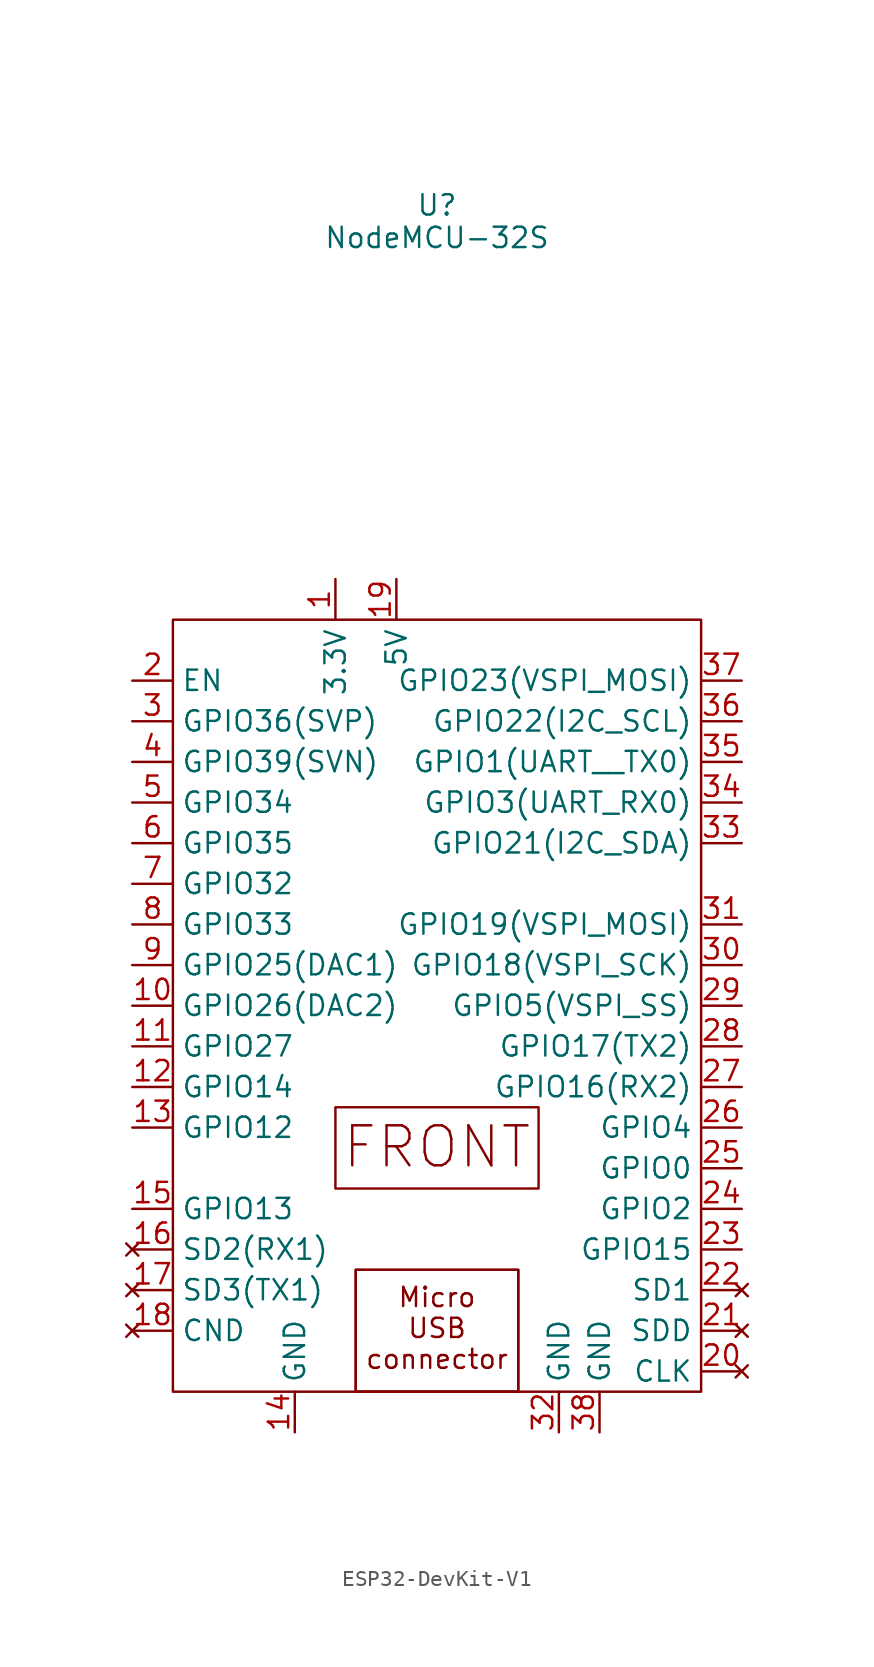
<source format=kicad_sym>
(kicad_symbol_lib
  (version 20241209)
  (generator "kicad_symbol_editor")
  (generator_version "9.0")
  (symbol "ESP32-DevKit-V1"
    (property "Reference" "U"
      (at 0 50.038 0)
      (effects (font (size 1.27 1.27))))
    (property "Value" "NodeMCU-32S"
      (at 0 48.006 0)
      (effects (font (size 1.27 1.27))))
    (symbol "ESP32-DevKit-V1_0_1"
      (rectangle (start -5.08 -16.51) (end 5.08 -24.13) (stroke (width 0) (type solid)) (fill (type none))))
    (symbol "ESP32-DevKit-V1_1_1"
      (rectangle (start -16.51 24.13) (end 16.51 -24.13) (stroke (width 0) (type solid)) (fill (type none)))
      (text_box "FRONT" (at -6.35 -6.35 0) (size 12.7 -5.08) (margins 1.016 1.016 1.016 1.016) (stroke (width 0) (type solid)) (fill (type none)) (effects (font (size 2.5 2.5)) (justify top)))
      (text_box "Micro USB connector\n" (at -5.08 -16.51 0) (size 10.16 -7.62) (margins 1.016 1.016 1.016 1.016) (stroke (width 0) (type solid)) (fill (type none)) (effects (font (size 1.2 1.2)) (justify top)))
      (pin input line (at -19.05 20.32 0) (length 2.54) (name "EN" (effects (font (size 1.27 1.27)))) (number "2" (effects (font (size 1.27 1.27)))))
      (pin input line (at -19.05 17.78 0) (length 2.54) (name "GPIO36(SVP)" (effects (font (size 1.27 1.27)))) (number "3" (effects (font (size 1.27 1.27)))))
      (pin input line (at -19.05 15.24 0) (length 2.54) (name "GPIO39(SVN)" (effects (font (size 1.27 1.27)))) (number "4" (effects (font (size 1.27 1.27)))))
      (pin input line (at -19.05 12.7 0) (length 2.54) (name "GPIO34" (effects (font (size 1.27 1.27)))) (number "5" (effects (font (size 1.27 1.27)))))
      (pin input line (at -19.05 10.16 0) (length 2.54) (name "GPIO35" (effects (font (size 1.27 1.27)))) (number "6" (effects (font (size 1.27 1.27)))))
      (pin bidirectional line (at -19.05 7.62 0) (length 2.54) (name "GPIO32" (effects (font (size 1.27 1.27)))) (number "7" (effects (font (size 1.27 1.27)))))
      (pin bidirectional line (at -19.05 5.08 0) (length 2.54) (name "GPIO33" (effects (font (size 1.27 1.27)))) (number "8" (effects (font (size 1.27 1.27)))))
      (pin bidirectional line (at -19.05 2.54 0) (length 2.54) (name "GPIO25(DAC1)" (effects (font (size 1.27 1.27)))) (number "9" (effects (font (size 1.27 1.27)))))
      (pin bidirectional line (at -19.05 0 0) (length 2.54) (name "GPIO26(DAC2)" (effects (font (size 1.27 1.27)))) (number "10" (effects (font (size 1.27 1.27)))))
      (pin bidirectional line (at -19.05 -2.54 0) (length 2.54) (name "GPIO27" (effects (font (size 1.27 1.27)))) (number "11" (effects (font (size 1.27 1.27)))))
      (pin bidirectional line (at -19.05 -5.08 0) (length 2.54) (name "GPIO14" (effects (font (size 1.27 1.27)))) (number "12" (effects (font (size 1.27 1.27)))))
      (pin bidirectional line (at -19.05 -7.62 0) (length 2.54) (name "GPIO12" (effects (font (size 1.27 1.27)))) (number "13" (effects (font (size 1.27 1.27)))))
      (pin bidirectional line (at -19.05 -12.7 0) (length 2.54) (name "GPIO13" (effects (font (size 1.27 1.27)))) (number "15" (effects (font (size 1.27 1.27)))))
      (pin no_connect line (at -19.05 -15.24 0) (length 2.54) (name "SD2(RX1)" (effects (font (size 1.27 1.27)))) (number "16" (effects (font (size 1.27 1.27)))))
      (pin no_connect line (at -19.05 -17.78 0) (length 2.54) (name "SD3(TX1)" (effects (font (size 1.27 1.27)))) (number "17" (effects (font (size 1.27 1.27)))))
      (pin no_connect line (at -19.05 -20.32 0) (length 2.54) (name "CND" (effects (font (size 1.27 1.27)))) (number "18" (effects (font (size 1.27 1.27)))))
      (pin power_in line (at -8.89 -26.67 90) (length 2.54) (name "GND" (effects (font (size 1.27 1.27)))) (number "14" (effects (font (size 1.27 1.27)))))
      (pin power_in line (at -6.35 26.67 270) (length 2.54) (name "3.3V" (effects (font (size 1.27 1.27)))) (number "1" (effects (font (size 1.27 1.27)))))
      (pin power_in line (at -2.54 26.67 270) (length 2.54) (name "5V" (effects (font (size 1.27 1.27)))) (number "19" (effects (font (size 1.27 1.27)))))
      (pin power_in line (at 7.62 -26.67 90) (length 2.54) (name "GND" (effects (font (size 1.27 1.27)))) (number "32" (effects (font (size 1.27 1.27)))))
      (pin power_in line (at 10.16 -26.67 90) (length 2.54) (name "GND" (effects (font (size 1.27 1.27)))) (number "38" (effects (font (size 1.27 1.27)))))
      (pin bidirectional line (at 19.05 20.32 180) (length 2.54) (name "GPIO23(VSPI_MOSI)" (effects (font (size 1.27 1.27)))) (number "37" (effects (font (size 1.27 1.27)))))
      (pin bidirectional line (at 19.05 17.78 180) (length 2.54) (name "GPIO22(I2C_SCL)" (effects (font (size 1.27 1.27)))) (number "36" (effects (font (size 1.27 1.27)))))
      (pin output line (at 19.05 15.24 180) (length 2.54) (name "GPIO1(UART__TX0)" (effects (font (size 1.27 1.27)))) (number "35" (effects (font (size 1.27 1.27)))))
      (pin input line (at 19.05 12.7 180) (length 2.54) (name "GPIO3(UART_RX0)" (effects (font (size 1.27 1.27)))) (number "34" (effects (font (size 1.27 1.27)))))
      (pin bidirectional line (at 19.05 10.16 180) (length 2.54) (name "GPIO21(I2C_SDA)" (effects (font (size 1.27 1.27)))) (number "33" (effects (font (size 1.27 1.27)))))
      (pin bidirectional line (at 19.05 5.08 180) (length 2.54) (name "GPIO19(VSPI_MOSI)" (effects (font (size 1.27 1.27)))) (number "31" (effects (font (size 1.27 1.27)))))
      (pin bidirectional line (at 19.05 2.54 180) (length 2.54) (name "GPIO18(VSPI_SCK)" (effects (font (size 1.27 1.27)))) (number "30" (effects (font (size 1.27 1.27)))))
      (pin bidirectional line (at 19.05 0 180) (length 2.54) (name "GPIO5(VSPI_SS)" (effects (font (size 1.27 1.27)))) (number "29" (effects (font (size 1.27 1.27)))))
      (pin bidirectional line (at 19.05 -2.54 180) (length 2.54) (name "GPIO17(TX2)" (effects (font (size 1.27 1.27)))) (number "28" (effects (font (size 1.27 1.27)))))
      (pin bidirectional line (at 19.05 -5.08 180) (length 2.54) (name "GPIO16(RX2)" (effects (font (size 1.27 1.27)))) (number "27" (effects (font (size 1.27 1.27)))))
      (pin bidirectional line (at 19.05 -7.62 180) (length 2.54) (name "GPIO4" (effects (font (size 1.27 1.27)))) (number "26" (effects (font (size 1.27 1.27)))))
      (pin bidirectional line (at 19.05 -10.16 180) (length 2.54) (name "GPIO0" (effects (font (size 1.27 1.27)))) (number "25" (effects (font (size 1.27 1.27)))))
      (pin bidirectional line (at 19.05 -12.7 180) (length 2.54) (name "GPIO2" (effects (font (size 1.27 1.27)))) (number "24" (effects (font (size 1.27 1.27)))))
      (pin bidirectional line (at 19.05 -15.24 180) (length 2.54) (name "GPIO15" (effects (font (size 1.27 1.27)))) (number "23" (effects (font (size 1.27 1.27)))))
      (pin no_connect line (at 19.05 -17.78 180) (length 2.54) (name "SD1" (effects (font (size 1.27 1.27)))) (number "22" (effects (font (size 1.27 1.27)))))
      (pin no_connect line (at 19.05 -20.32 180) (length 2.54) (name "SDD" (effects (font (size 1.27 1.27)))) (number "21" (effects (font (size 1.27 1.27)))))
      (pin no_connect line (at 19.05 -22.86 180) (length 2.54) (name "CLK" (effects (font (size 1.27 1.27)))) (number "20" (effects (font (size 1.27 1.27))))))))
</source>
